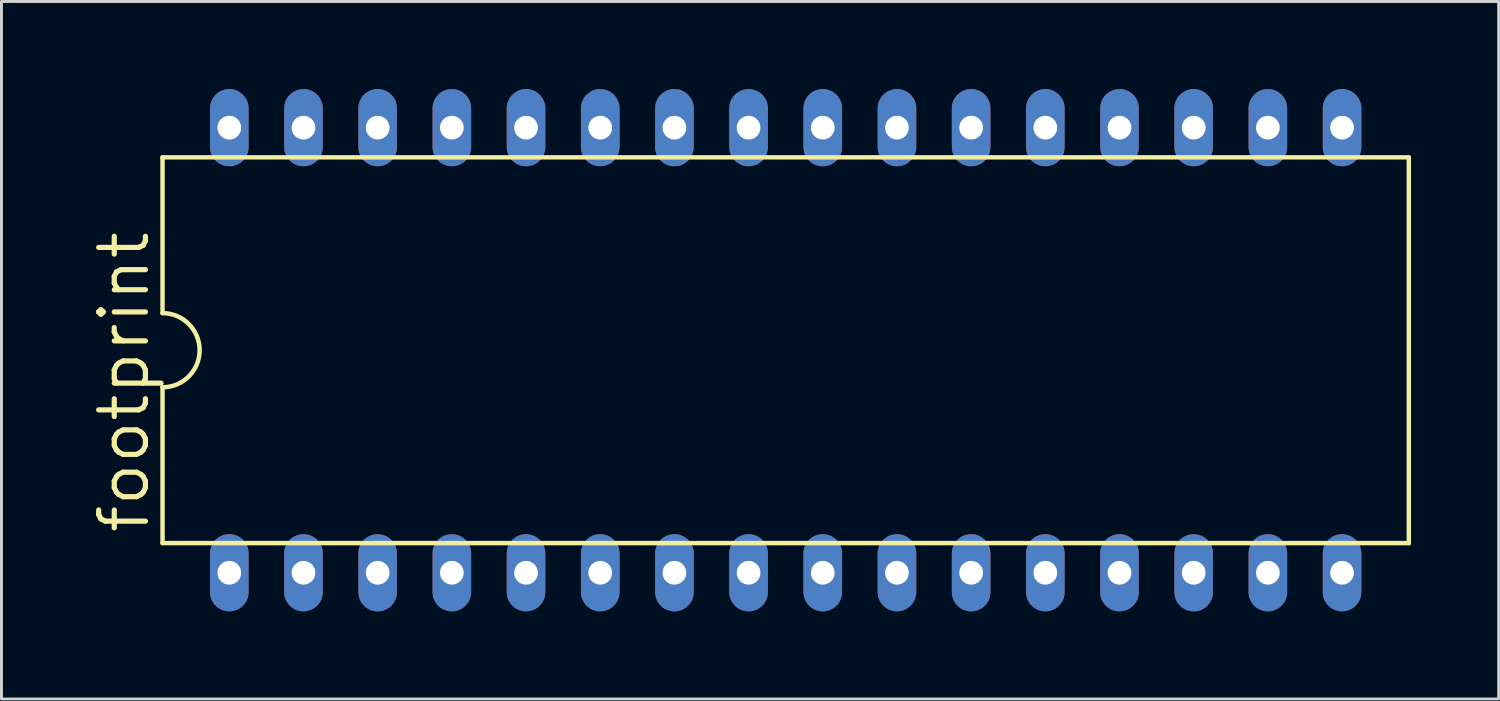
<source format=kicad_pcb>
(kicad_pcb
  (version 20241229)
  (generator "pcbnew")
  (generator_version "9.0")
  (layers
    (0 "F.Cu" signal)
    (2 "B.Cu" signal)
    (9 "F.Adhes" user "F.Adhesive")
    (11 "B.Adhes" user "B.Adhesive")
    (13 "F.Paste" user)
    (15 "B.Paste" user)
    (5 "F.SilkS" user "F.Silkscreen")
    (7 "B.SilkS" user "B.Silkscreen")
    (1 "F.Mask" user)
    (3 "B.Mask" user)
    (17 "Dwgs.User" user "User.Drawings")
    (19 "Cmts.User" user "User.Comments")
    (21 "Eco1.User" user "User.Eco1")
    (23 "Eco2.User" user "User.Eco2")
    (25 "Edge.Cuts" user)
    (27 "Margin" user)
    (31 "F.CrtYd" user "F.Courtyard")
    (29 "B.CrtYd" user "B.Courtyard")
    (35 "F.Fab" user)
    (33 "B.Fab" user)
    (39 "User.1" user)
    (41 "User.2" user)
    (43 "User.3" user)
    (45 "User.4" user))
  (footprint "footprint"
    (layer "F.Cu")
    (at 23.851 8.941)
    (property "Reference" "footprint" (at -21.717 6.35 90) (layer "F.SilkS") (effects (font (size 1.6 1.6) (thickness 0.178)) (justify left bottom)))
    (fp_line (start -21.336 -6.604) (end -21.336 -1.27) (stroke (width 0.152) (type solid)) (layer "F.SilkS"))
    (fp_line (start -21.336 -6.604) (end 21.336 -6.604) (stroke (width 0.152) (type solid)) (layer "F.SilkS"))
    (fp_line (start -21.336 1.27) (end -21.336 6.604) (stroke (width 0.152) (type solid)) (layer "F.SilkS"))
    (fp_line (start -21.336 6.604) (end 21.336 6.604) (stroke (width 0.152) (type solid)) (layer "F.SilkS"))
    (fp_line (start 21.336 6.604) (end 21.336 -6.604) (stroke (width 0.152) (type solid)) (layer "F.SilkS"))
    (fp_arc (start -21.336 -1.27) (mid -20.066 0) (end -21.336 1.27) (stroke (width 0.1524) (type solid)) (layer "F.SilkS"))
    (pad "1" thru_hole oval (at -19.05 7.62 90) (size 2.642 1.321) (drill 0.813) (layers "*.Cu" "*.Mask"))
    (pad "2" thru_hole oval (at -16.51 7.62 90) (size 2.642 1.321) (drill 0.813) (layers "*.Cu" "*.Mask"))
    (pad "3" thru_hole oval (at -13.97 7.62 90) (size 2.642 1.321) (drill 0.813) (layers "*.Cu" "*.Mask"))
    (pad "4" thru_hole oval (at -11.43 7.62 90) (size 2.642 1.321) (drill 0.813) (layers "*.Cu" "*.Mask"))
    (pad "5" thru_hole oval (at -8.89 7.62 90) (size 2.642 1.321) (drill 0.813) (layers "*.Cu" "*.Mask"))
    (pad "6" thru_hole oval (at -6.35 7.62 90) (size 2.642 1.321) (drill 0.813) (layers "*.Cu" "*.Mask"))
    (pad "7" thru_hole oval (at -3.81 7.62 90) (size 2.642 1.321) (drill 0.813) (layers "*.Cu" "*.Mask"))
    (pad "8" thru_hole oval (at -1.27 7.62 90) (size 2.642 1.321) (drill 0.813) (layers "*.Cu" "*.Mask"))
    (pad "9" thru_hole oval (at 1.27 7.62 90) (size 2.642 1.321) (drill 0.813) (layers "*.Cu" "*.Mask"))
    (pad "10" thru_hole oval (at 3.81 7.62 90) (size 2.642 1.321) (drill 0.813) (layers "*.Cu" "*.Mask"))
    (pad "11" thru_hole oval (at 6.35 7.62 90) (size 2.642 1.321) (drill 0.813) (layers "*.Cu" "*.Mask"))
    (pad "12" thru_hole oval (at 8.89 7.62 90) (size 2.642 1.321) (drill 0.813) (layers "*.Cu" "*.Mask"))
    (pad "13" thru_hole oval (at 11.43 7.62 90) (size 2.642 1.321) (drill 0.813) (layers "*.Cu" "*.Mask"))
    (pad "14" thru_hole oval (at 13.97 7.62 90) (size 2.642 1.321) (drill 0.813) (layers "*.Cu" "*.Mask"))
    (pad "15" thru_hole oval (at 16.51 7.62 90) (size 2.642 1.321) (drill 0.813) (layers "*.Cu" "*.Mask"))
    (pad "16" thru_hole oval (at 19.05 7.62 90) (size 2.642 1.321) (drill 0.813) (layers "*.Cu" "*.Mask"))
    (pad "17" thru_hole oval (at 19.05 -7.62 90) (size 2.642 1.321) (drill 0.813) (layers "*.Cu" "*.Mask"))
    (pad "18" thru_hole oval (at 16.51 -7.62 90) (size 2.642 1.321) (drill 0.813) (layers "*.Cu" "*.Mask"))
    (pad "19" thru_hole oval (at 13.97 -7.62 90) (size 2.642 1.321) (drill 0.813) (layers "*.Cu" "*.Mask"))
    (pad "20" thru_hole oval (at 11.43 -7.62 90) (size 2.642 1.321) (drill 0.813) (layers "*.Cu" "*.Mask"))
    (pad "21" thru_hole oval (at 8.89 -7.62 90) (size 2.642 1.321) (drill 0.813) (layers "*.Cu" "*.Mask"))
    (pad "22" thru_hole oval (at 6.35 -7.62 90) (size 2.642 1.321) (drill 0.813) (layers "*.Cu" "*.Mask"))
    (pad "23" thru_hole oval (at 3.81 -7.62 90) (size 2.642 1.321) (drill 0.813) (layers "*.Cu" "*.Mask"))
    (pad "24" thru_hole oval (at 1.27 -7.62 90) (size 2.642 1.321) (drill 0.813) (layers "*.Cu" "*.Mask"))
    (pad "25" thru_hole oval (at -1.27 -7.62 90) (size 2.642 1.321) (drill 0.813) (layers "*.Cu" "*.Mask"))
    (pad "26" thru_hole oval (at -3.81 -7.62 90) (size 2.642 1.321) (drill 0.813) (layers "*.Cu" "*.Mask"))
    (pad "27" thru_hole oval (at -6.35 -7.62 90) (size 2.642 1.321) (drill 0.813) (layers "*.Cu" "*.Mask"))
    (pad "28" thru_hole oval (at -8.89 -7.62 90) (size 2.642 1.321) (drill 0.813) (layers "*.Cu" "*.Mask"))
    (pad "29" thru_hole oval (at -11.43 -7.62 90) (size 2.642 1.321) (drill 0.813) (layers "*.Cu" "*.Mask"))
    (pad "30" thru_hole oval (at -13.97 -7.62 90) (size 2.642 1.321) (drill 0.813) (layers "*.Cu" "*.Mask"))
    (pad "31" thru_hole oval (at -16.51 -7.62 90) (size 2.642 1.321) (drill 0.813) (layers "*.Cu" "*.Mask"))
    (pad "32" thru_hole oval (at -19.05 -7.62 90) (size 2.642 1.321) (drill 0.813) (layers "*.Cu" "*.Mask")))
  (gr_rect
    (start -3 -3)
    (end 48.263 20.882)
    (stroke (width 0.1) (type default))
    (fill no)
    (layer "Edge.Cuts")))
</source>
